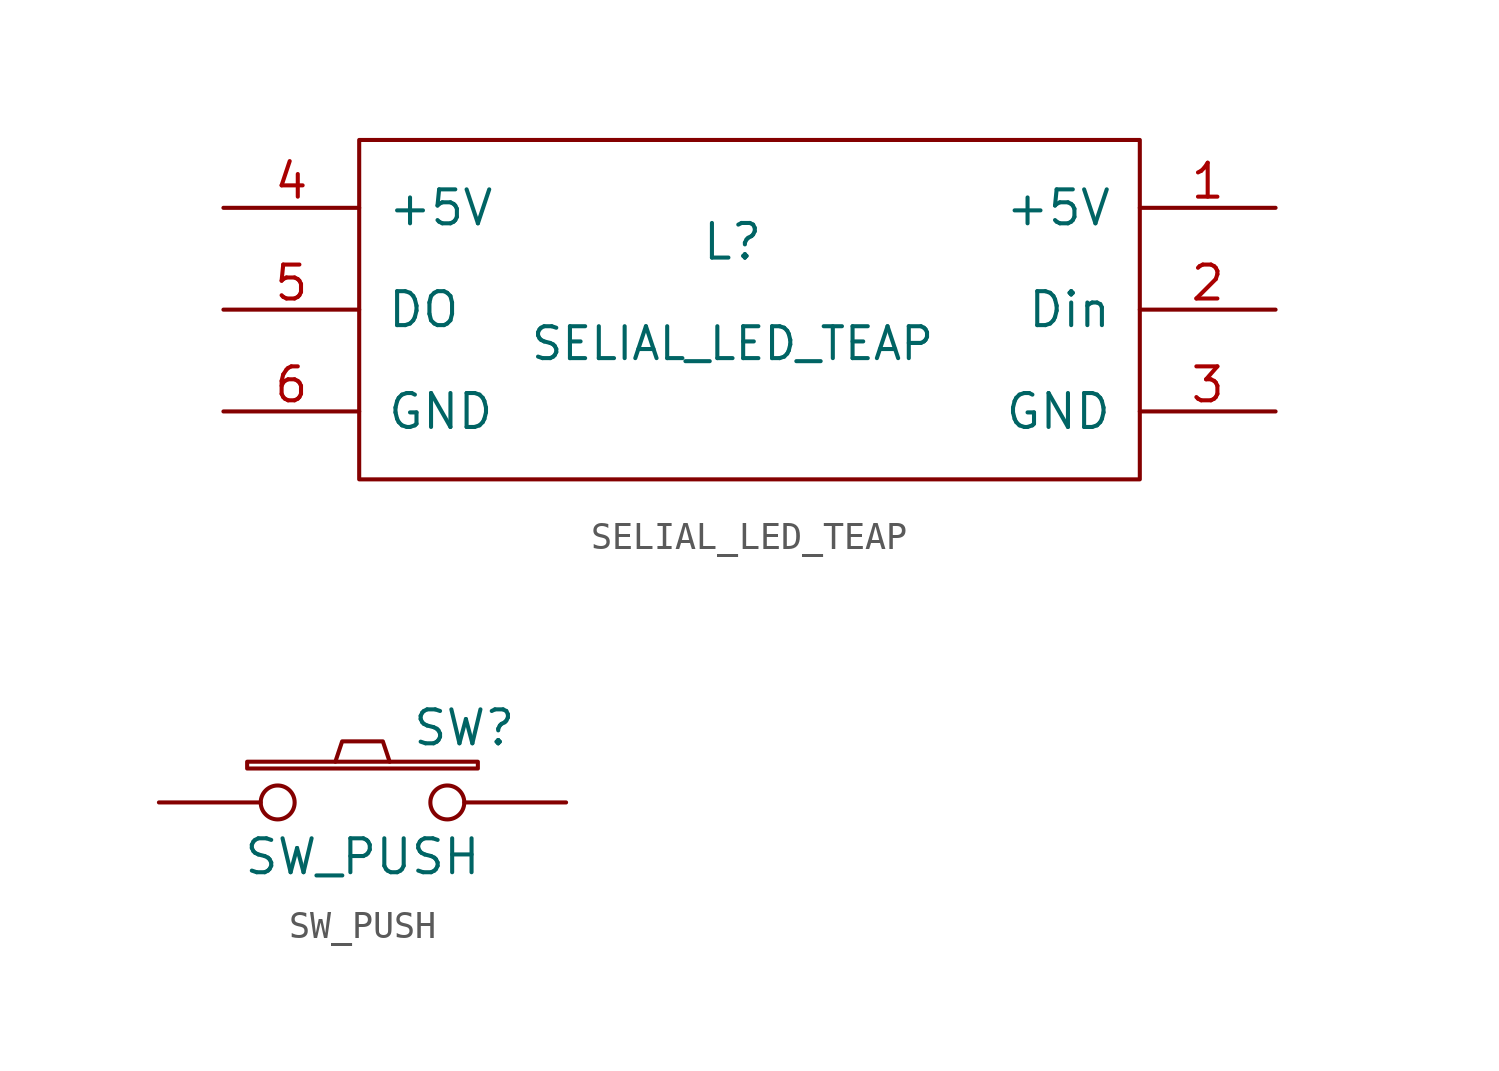
<source format=kicad_sym>
(kicad_symbol_lib
  (version 20210619)
  (generator kicad_symbol_editor)
  (symbol "kbd:SELIAL_LED_TEAP"
    (pin_names
      (offset 1.016))
    (property "Reference" "L"
      (at 0 2.54 0)
      (effects (font (size 1.295 1.295))))
    (property "Value" "SELIAL_LED_TEAP"
      (at 0 -1.27 0)
      (effects (font (size 1.194 1.194))))
    (symbol "SELIAL_LED_TEAP_0_1"
      (rectangle (start -13.97 6.35) (end 15.24 -6.35) (stroke (width 0)) (fill (type none))))
    (symbol "SELIAL_LED_TEAP_1_1"
      (pin power_in line (at 20.32 3.81 180) (length 5.08) (name "+5V" (effects (font (size 1.27 1.27)))) (number "1" (effects (font (size 1.27 1.27)))))
      (pin input line (at 20.32 0 180) (length 5.08) (name "Din" (effects (font (size 1.27 1.27)))) (number "2" (effects (font (size 1.27 1.27)))))
      (pin power_in line (at 20.32 -3.81 180) (length 5.08) (name "GND" (effects (font (size 1.27 1.27)))) (number "3" (effects (font (size 1.27 1.27)))))
      (pin power_out line (at -19.05 3.81 0) (length 5.08) (name "+5V" (effects (font (size 1.27 1.27)))) (number "4" (effects (font (size 1.27 1.27)))))
      (pin output line (at -19.05 0 0) (length 5.08) (name "DO" (effects (font (size 1.27 1.27)))) (number "5" (effects (font (size 1.27 1.27)))))
      (pin power_out line (at -19.05 -3.81 0) (length 5.08) (name "GND" (effects (font (size 1.27 1.27)))) (number "6" (effects (font (size 1.27 1.27)))))))
  (symbol "kbd:SW_PUSH"
    (pin_numbers hide)
    (pin_names
      (offset 1.016) hide)
    (property "Reference" "SW"
      (at 3.81 2.794 0)
      (effects (font (size 1.27 1.27))))
    (property "Value" "SW_PUSH"
      (at 0 -2.032 0)
      (effects (font (size 1.27 1.27))))
    (property "Footprint" ""
      (at 0 0 0)
      (effects (font (size 1.27 1.27))))
    (property "Datasheet" ""
      (at 0 0 0)
      (effects (font (size 1.27 1.27))))
    (symbol "SW_PUSH_0_1"
      (rectangle (start -4.318 1.27) (end 4.318 1.524) (stroke (width 0)) (fill (type none)))
      (polyline (pts (xy -1.016 1.524) (xy -0.762 2.286) (xy 0.762 2.286) (xy 1.016 1.524)) (stroke (width 0)) (fill (type none)))
      (pin passive inverted (at -7.62 0 0) (length 5.08) (name "1" (effects (font (size 1.27 1.27)))) (number "1" (effects (font (size 1.27 1.27)))))
      (pin passive inverted (at 7.62 0 180) (length 5.08) (name "2" (effects (font (size 1.27 1.27)))) (number "2" (effects (font (size 1.27 1.27))))))))
</source>
